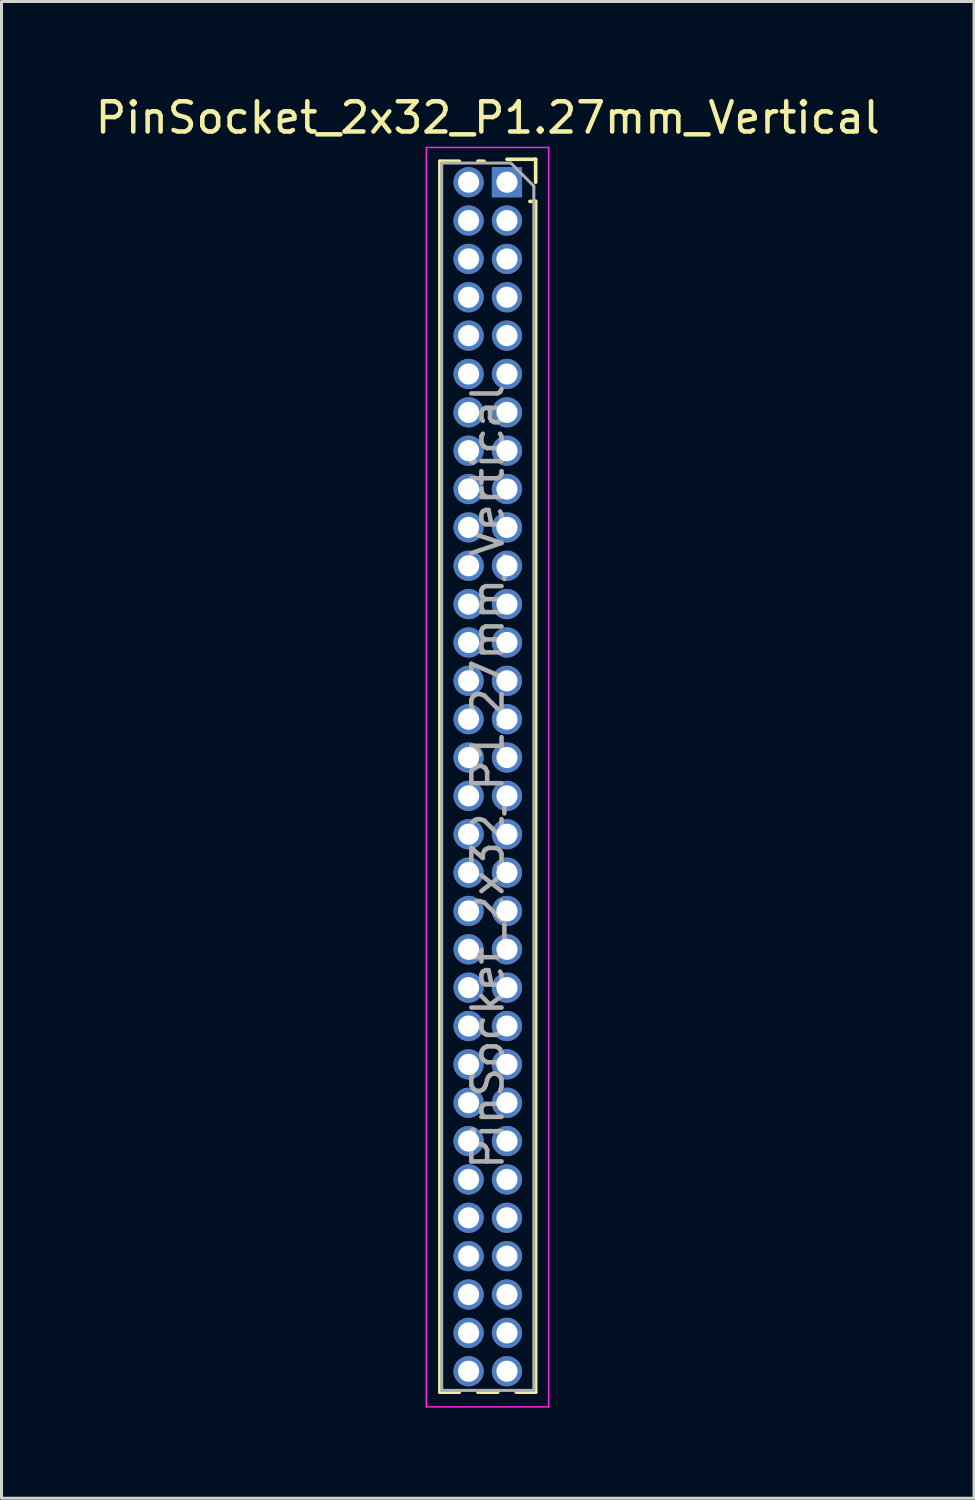
<source format=kicad_pcb>
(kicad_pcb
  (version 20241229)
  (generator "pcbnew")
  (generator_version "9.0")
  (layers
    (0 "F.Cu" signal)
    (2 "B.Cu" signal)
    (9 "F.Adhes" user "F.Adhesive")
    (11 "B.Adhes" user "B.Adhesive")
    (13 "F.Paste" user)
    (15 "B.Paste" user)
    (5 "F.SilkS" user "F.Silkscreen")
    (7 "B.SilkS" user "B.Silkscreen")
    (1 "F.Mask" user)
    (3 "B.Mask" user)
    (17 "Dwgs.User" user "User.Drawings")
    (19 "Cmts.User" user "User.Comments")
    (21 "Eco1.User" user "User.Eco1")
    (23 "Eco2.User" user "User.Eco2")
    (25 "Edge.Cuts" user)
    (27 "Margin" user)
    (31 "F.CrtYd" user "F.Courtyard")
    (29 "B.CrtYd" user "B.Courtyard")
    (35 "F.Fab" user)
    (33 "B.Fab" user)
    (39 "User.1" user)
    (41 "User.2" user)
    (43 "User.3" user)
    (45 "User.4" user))
  (footprint "PinSocket_2x32_P1.27mm_Vertical"
    (layer "F.Cu")
    (at 13.736 2.983)
    (property "Reference" "PinSocket_2x32_P1.27mm_Vertical" (at -0.635 -2.135 0) (layer "F.SilkS") (effects (font (size 1 1) (thickness 0.15))))
    (attr through_hole)
    (fp_line (start -2.22 -0.695) (end -2.22 40.065) (stroke (width 0.12) (type solid)) (layer "F.SilkS"))
    (fp_line (start -2.22 -0.695) (end -1.578 -0.695) (stroke (width 0.12) (type solid)) (layer "F.SilkS"))
    (fp_line (start -2.22 40.065) (end -1.578 40.065) (stroke (width 0.12) (type solid)) (layer "F.SilkS"))
    (fp_line (start -0.962 -0.695) (end -0.76 -0.695) (stroke (width 0.12) (type solid)) (layer "F.SilkS"))
    (fp_line (start -0.962 40.065) (end -0.308 40.065) (stroke (width 0.12) (type solid)) (layer "F.SilkS"))
    (fp_line (start 0 -0.76) (end 0.95 -0.76) (stroke (width 0.12) (type solid)) (layer "F.SilkS"))
    (fp_line (start 0.308 40.065) (end 0.95 40.065) (stroke (width 0.12) (type solid)) (layer "F.SilkS"))
    (fp_line (start 0.76 0.635) (end 0.95 0.635) (stroke (width 0.12) (type solid)) (layer "F.SilkS"))
    (fp_line (start 0.95 -0.76) (end 0.95 0) (stroke (width 0.12) (type solid)) (layer "F.SilkS"))
    (fp_line (start 0.95 0.635) (end 0.95 40.065) (stroke (width 0.12) (type solid)) (layer "F.SilkS"))
    (fp_line (start -2.67 -1.15) (end 1.38 -1.15) (stroke (width 0.05) (type solid)) (layer "F.CrtYd"))
    (fp_line (start -2.67 40.55) (end -2.67 -1.15) (stroke (width 0.05) (type solid)) (layer "F.CrtYd"))
    (fp_line (start 1.38 -1.15) (end 1.38 40.55) (stroke (width 0.05) (type solid)) (layer "F.CrtYd"))
    (fp_line (start 1.38 40.55) (end -2.67 40.55) (stroke (width 0.05) (type solid)) (layer "F.CrtYd"))
    (fp_line (start -2.16 -0.635) (end 0.128 -0.635) (stroke (width 0.1) (type solid)) (layer "F.Fab"))
    (fp_line (start -2.16 40.005) (end -2.16 -0.635) (stroke (width 0.1) (type solid)) (layer "F.Fab"))
    (fp_line (start 0.128 -0.635) (end 0.89 0.128) (stroke (width 0.1) (type solid)) (layer "F.Fab"))
    (fp_line (start 0.89 0.128) (end 0.89 40.005) (stroke (width 0.1) (type solid)) (layer "F.Fab"))
    (fp_line (start 0.89 40.005) (end -2.16 40.005) (stroke (width 0.1) (type solid)) (layer "F.Fab"))
    (fp_text user "${REFERENCE}" (at -0.635 19.685 90) (layer "F.Fab") (effects (font (size 1 1) (thickness 0.15))))
    (pad "1" thru_hole rect (at 0 0) (size 1 1) (drill 0.7) (layers "*.Cu" "*.Mask"))
    (pad "2" thru_hole circle (at -1.27 0) (size 1 1) (drill 0.7) (layers "*.Cu" "*.Mask"))
    (pad "3" thru_hole circle (at 0 1.27) (size 1 1) (drill 0.7) (layers "*.Cu" "*.Mask"))
    (pad "4" thru_hole circle (at -1.27 1.27) (size 1 1) (drill 0.7) (layers "*.Cu" "*.Mask"))
    (pad "5" thru_hole circle (at 0 2.54) (size 1 1) (drill 0.7) (layers "*.Cu" "*.Mask"))
    (pad "6" thru_hole circle (at -1.27 2.54) (size 1 1) (drill 0.7) (layers "*.Cu" "*.Mask"))
    (pad "7" thru_hole circle (at 0 3.81) (size 1 1) (drill 0.7) (layers "*.Cu" "*.Mask"))
    (pad "8" thru_hole circle (at -1.27 3.81) (size 1 1) (drill 0.7) (layers "*.Cu" "*.Mask"))
    (pad "9" thru_hole circle (at 0 5.08) (size 1 1) (drill 0.7) (layers "*.Cu" "*.Mask"))
    (pad "10" thru_hole circle (at -1.27 5.08) (size 1 1) (drill 0.7) (layers "*.Cu" "*.Mask"))
    (pad "11" thru_hole circle (at 0 6.35) (size 1 1) (drill 0.7) (layers "*.Cu" "*.Mask"))
    (pad "12" thru_hole circle (at -1.27 6.35) (size 1 1) (drill 0.7) (layers "*.Cu" "*.Mask"))
    (pad "13" thru_hole circle (at 0 7.62) (size 1 1) (drill 0.7) (layers "*.Cu" "*.Mask"))
    (pad "14" thru_hole circle (at -1.27 7.62) (size 1 1) (drill 0.7) (layers "*.Cu" "*.Mask"))
    (pad "15" thru_hole circle (at 0 8.89) (size 1 1) (drill 0.7) (layers "*.Cu" "*.Mask"))
    (pad "16" thru_hole circle (at -1.27 8.89) (size 1 1) (drill 0.7) (layers "*.Cu" "*.Mask"))
    (pad "17" thru_hole circle (at 0 10.16) (size 1 1) (drill 0.7) (layers "*.Cu" "*.Mask"))
    (pad "18" thru_hole circle (at -1.27 10.16) (size 1 1) (drill 0.7) (layers "*.Cu" "*.Mask"))
    (pad "19" thru_hole circle (at 0 11.43) (size 1 1) (drill 0.7) (layers "*.Cu" "*.Mask"))
    (pad "20" thru_hole circle (at -1.27 11.43) (size 1 1) (drill 0.7) (layers "*.Cu" "*.Mask"))
    (pad "21" thru_hole circle (at 0 12.7) (size 1 1) (drill 0.7) (layers "*.Cu" "*.Mask"))
    (pad "22" thru_hole circle (at -1.27 12.7) (size 1 1) (drill 0.7) (layers "*.Cu" "*.Mask"))
    (pad "23" thru_hole circle (at 0 13.97) (size 1 1) (drill 0.7) (layers "*.Cu" "*.Mask"))
    (pad "24" thru_hole circle (at -1.27 13.97) (size 1 1) (drill 0.7) (layers "*.Cu" "*.Mask"))
    (pad "25" thru_hole circle (at 0 15.24) (size 1 1) (drill 0.7) (layers "*.Cu" "*.Mask"))
    (pad "26" thru_hole circle (at -1.27 15.24) (size 1 1) (drill 0.7) (layers "*.Cu" "*.Mask"))
    (pad "27" thru_hole circle (at 0 16.51) (size 1 1) (drill 0.7) (layers "*.Cu" "*.Mask"))
    (pad "28" thru_hole circle (at -1.27 16.51) (size 1 1) (drill 0.7) (layers "*.Cu" "*.Mask"))
    (pad "29" thru_hole circle (at 0 17.78) (size 1 1) (drill 0.7) (layers "*.Cu" "*.Mask"))
    (pad "30" thru_hole circle (at -1.27 17.78) (size 1 1) (drill 0.7) (layers "*.Cu" "*.Mask"))
    (pad "31" thru_hole circle (at 0 19.05) (size 1 1) (drill 0.7) (layers "*.Cu" "*.Mask"))
    (pad "32" thru_hole circle (at -1.27 19.05) (size 1 1) (drill 0.7) (layers "*.Cu" "*.Mask"))
    (pad "33" thru_hole circle (at 0 20.32) (size 1 1) (drill 0.7) (layers "*.Cu" "*.Mask"))
    (pad "34" thru_hole circle (at -1.27 20.32) (size 1 1) (drill 0.7) (layers "*.Cu" "*.Mask"))
    (pad "35" thru_hole circle (at 0 21.59) (size 1 1) (drill 0.7) (layers "*.Cu" "*.Mask"))
    (pad "36" thru_hole circle (at -1.27 21.59) (size 1 1) (drill 0.7) (layers "*.Cu" "*.Mask"))
    (pad "37" thru_hole circle (at 0 22.86) (size 1 1) (drill 0.7) (layers "*.Cu" "*.Mask"))
    (pad "38" thru_hole circle (at -1.27 22.86) (size 1 1) (drill 0.7) (layers "*.Cu" "*.Mask"))
    (pad "39" thru_hole circle (at 0 24.13) (size 1 1) (drill 0.7) (layers "*.Cu" "*.Mask"))
    (pad "40" thru_hole circle (at -1.27 24.13) (size 1 1) (drill 0.7) (layers "*.Cu" "*.Mask"))
    (pad "41" thru_hole circle (at 0 25.4) (size 1 1) (drill 0.7) (layers "*.Cu" "*.Mask"))
    (pad "42" thru_hole circle (at -1.27 25.4) (size 1 1) (drill 0.7) (layers "*.Cu" "*.Mask"))
    (pad "43" thru_hole circle (at 0 26.67) (size 1 1) (drill 0.7) (layers "*.Cu" "*.Mask"))
    (pad "44" thru_hole circle (at -1.27 26.67) (size 1 1) (drill 0.7) (layers "*.Cu" "*.Mask"))
    (pad "45" thru_hole circle (at 0 27.94) (size 1 1) (drill 0.7) (layers "*.Cu" "*.Mask"))
    (pad "46" thru_hole circle (at -1.27 27.94) (size 1 1) (drill 0.7) (layers "*.Cu" "*.Mask"))
    (pad "47" thru_hole circle (at 0 29.21) (size 1 1) (drill 0.7) (layers "*.Cu" "*.Mask"))
    (pad "48" thru_hole circle (at -1.27 29.21) (size 1 1) (drill 0.7) (layers "*.Cu" "*.Mask"))
    (pad "49" thru_hole circle (at 0 30.48) (size 1 1) (drill 0.7) (layers "*.Cu" "*.Mask"))
    (pad "50" thru_hole circle (at -1.27 30.48) (size 1 1) (drill 0.7) (layers "*.Cu" "*.Mask"))
    (pad "51" thru_hole circle (at 0 31.75) (size 1 1) (drill 0.7) (layers "*.Cu" "*.Mask"))
    (pad "52" thru_hole circle (at -1.27 31.75) (size 1 1) (drill 0.7) (layers "*.Cu" "*.Mask"))
    (pad "53" thru_hole circle (at 0 33.02) (size 1 1) (drill 0.7) (layers "*.Cu" "*.Mask"))
    (pad "54" thru_hole circle (at -1.27 33.02) (size 1 1) (drill 0.7) (layers "*.Cu" "*.Mask"))
    (pad "55" thru_hole circle (at 0 34.29) (size 1 1) (drill 0.7) (layers "*.Cu" "*.Mask"))
    (pad "56" thru_hole circle (at -1.27 34.29) (size 1 1) (drill 0.7) (layers "*.Cu" "*.Mask"))
    (pad "57" thru_hole circle (at 0 35.56) (size 1 1) (drill 0.7) (layers "*.Cu" "*.Mask"))
    (pad "58" thru_hole circle (at -1.27 35.56) (size 1 1) (drill 0.7) (layers "*.Cu" "*.Mask"))
    (pad "59" thru_hole circle (at 0 36.83) (size 1 1) (drill 0.7) (layers "*.Cu" "*.Mask"))
    (pad "60" thru_hole circle (at -1.27 36.83) (size 1 1) (drill 0.7) (layers "*.Cu" "*.Mask"))
    (pad "61" thru_hole circle (at 0 38.1) (size 1 1) (drill 0.7) (layers "*.Cu" "*.Mask"))
    (pad "62" thru_hole circle (at -1.27 38.1) (size 1 1) (drill 0.7) (layers "*.Cu" "*.Mask"))
    (pad "63" thru_hole circle (at 0 39.37) (size 1 1) (drill 0.7) (layers "*.Cu" "*.Mask"))
    (pad "64" thru_hole circle (at -1.27 39.37) (size 1 1) (drill 0.7) (layers "*.Cu" "*.Mask")))
  (gr_rect
    (start -3 -3)
    (end 29.202 46.558)
    (stroke (width 0.1) (type default))
    (fill no)
    (layer "Edge.Cuts")))
</source>
